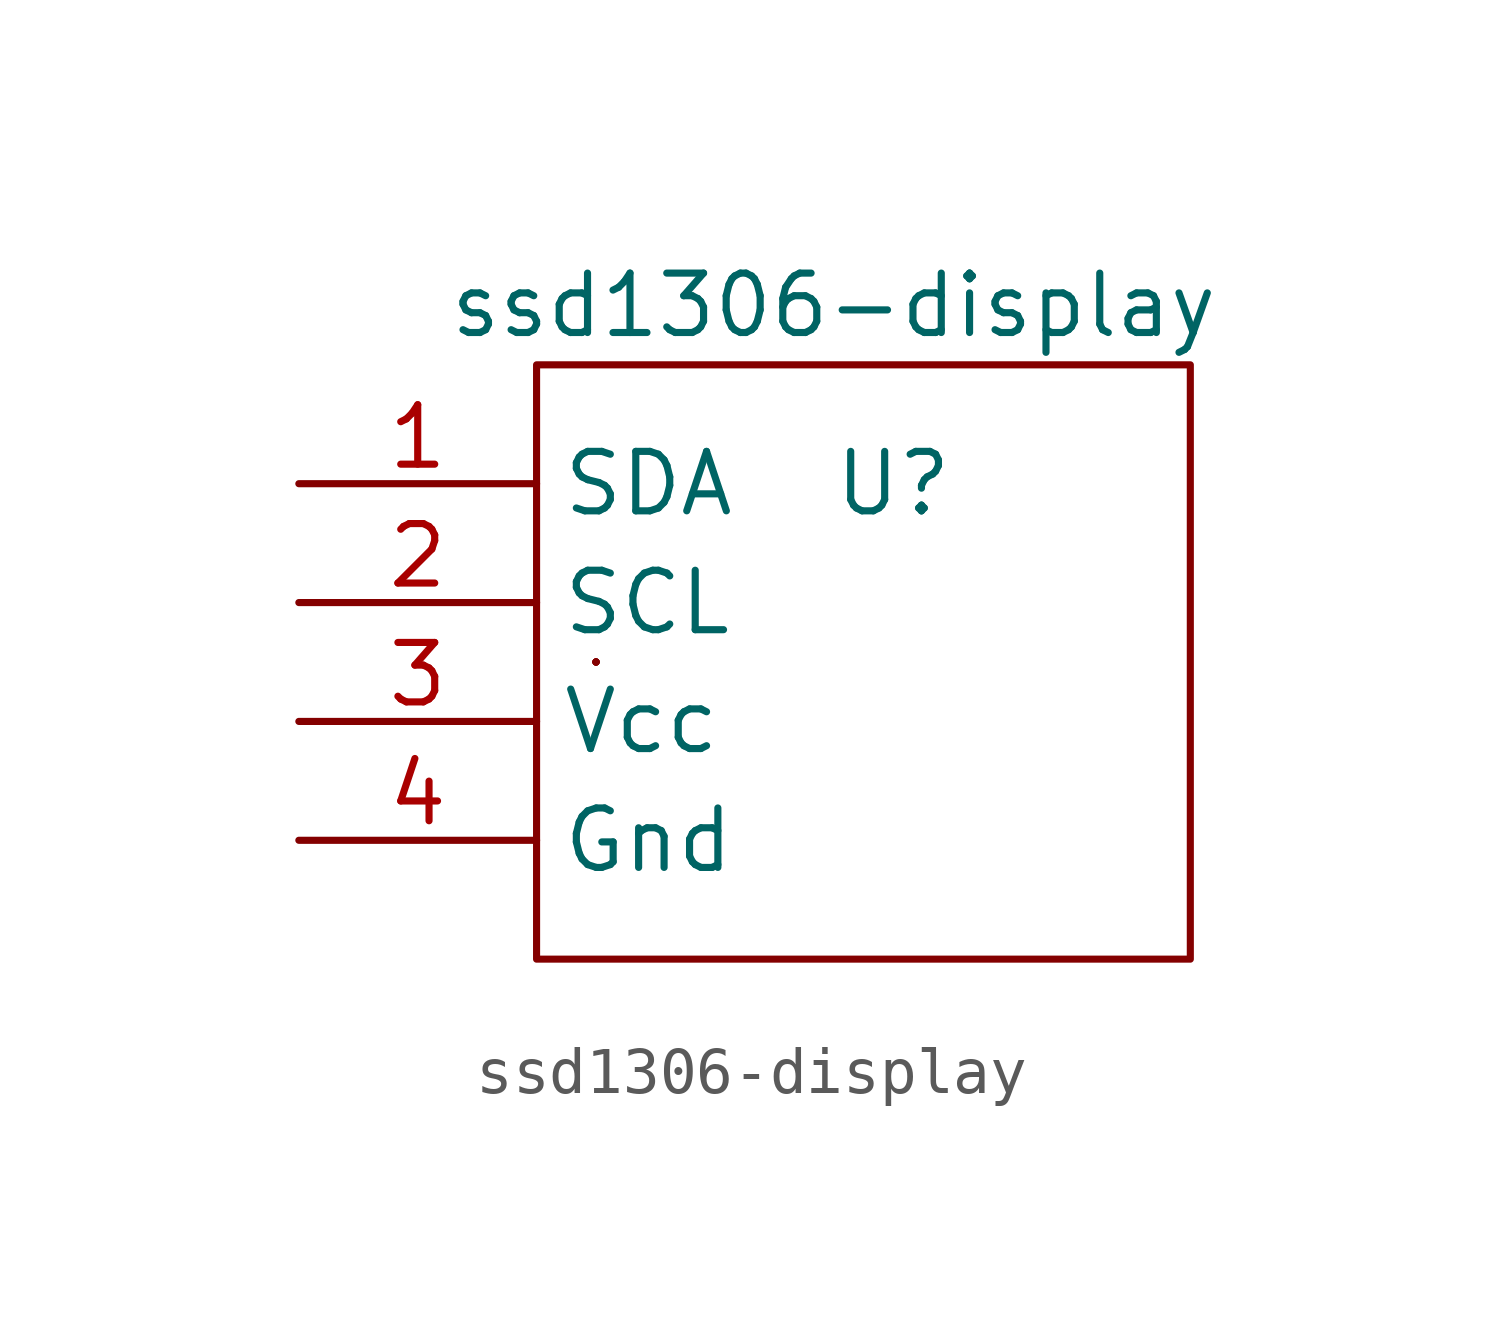
<source format=kicad_sym>
(kicad_symbol_lib
  (version 20211014)
  (generator kicad_symbol_editor)
  (symbol "ssd1306-display"
    (property "Reference" "U"
      (at 8.89 -3.81 0)
      (effects (font (size 1.27 1.27))))
    (property "Value" "ssd1306-display"
      (at 7.62 0 0)
      (effects (font (size 1.27 1.27))))
    (symbol "ssd1306-display_0_0"
      (pin passive line (at -3.81 -3.81 0) (length 5.08) (name "SDA" (effects (font (size 1.27 1.27)))) (number "1" (effects (font (size 1.27 1.27)))))
      (pin passive line (at -3.81 -6.35 0) (length 5.08) (name "SCL" (effects (font (size 1.27 1.27)))) (number "2" (effects (font (size 1.27 1.27)))))
      (pin passive line (at -3.81 -8.89 0) (length 5.08) (name "Vcc" (effects (font (size 1.27 1.27)))) (number "3" (effects (font (size 1.27 1.27)))))
      (pin passive line (at -3.81 -11.43 0) (length 5.08) (name "Gnd" (effects (font (size 1.27 1.27)))) (number "4" (effects (font (size 1.27 1.27))))))
    (symbol "ssd1306-display_0_1"
      (rectangle (start 1.27 -1.27) (end 15.24 -13.97) (stroke (width 0.152) (type default) (color 0 0 0 0)) (fill (type none)))
      (rectangle (start 2.54 -7.62) (end 2.54 -7.62) (stroke (width 0.152) (type default) (color 0 0 0 0)) (fill (type none)))
      (rectangle (start 2.54 -7.62) (end 2.54 -7.62) (stroke (width 0.152) (type default) (color 0 0 0 0)) (fill (type none)))
      (rectangle (start 2.54 -7.62) (end 2.54 -7.62) (stroke (width 0.152) (type default) (color 0 0 0 0)) (fill (type none)))
      (rectangle (start 2.54 -7.62) (end 2.54 -7.62) (stroke (width 0.152) (type default) (color 0 0 0 0)) (fill (type none)))
      (rectangle (start 2.54 -7.62) (end 2.54 -7.62) (stroke (width 0.152) (type default) (color 0 0 0 0)) (fill (type none)))
      (rectangle (start 2.54 -7.62) (end 2.54 -7.62) (stroke (width 0.152) (type default) (color 0 0 0 0)) (fill (type none)))
      (rectangle (start 2.54 -7.62) (end 2.54 -7.62) (stroke (width 0.152) (type default) (color 0 0 0 0)) (fill (type none))))))
</source>
